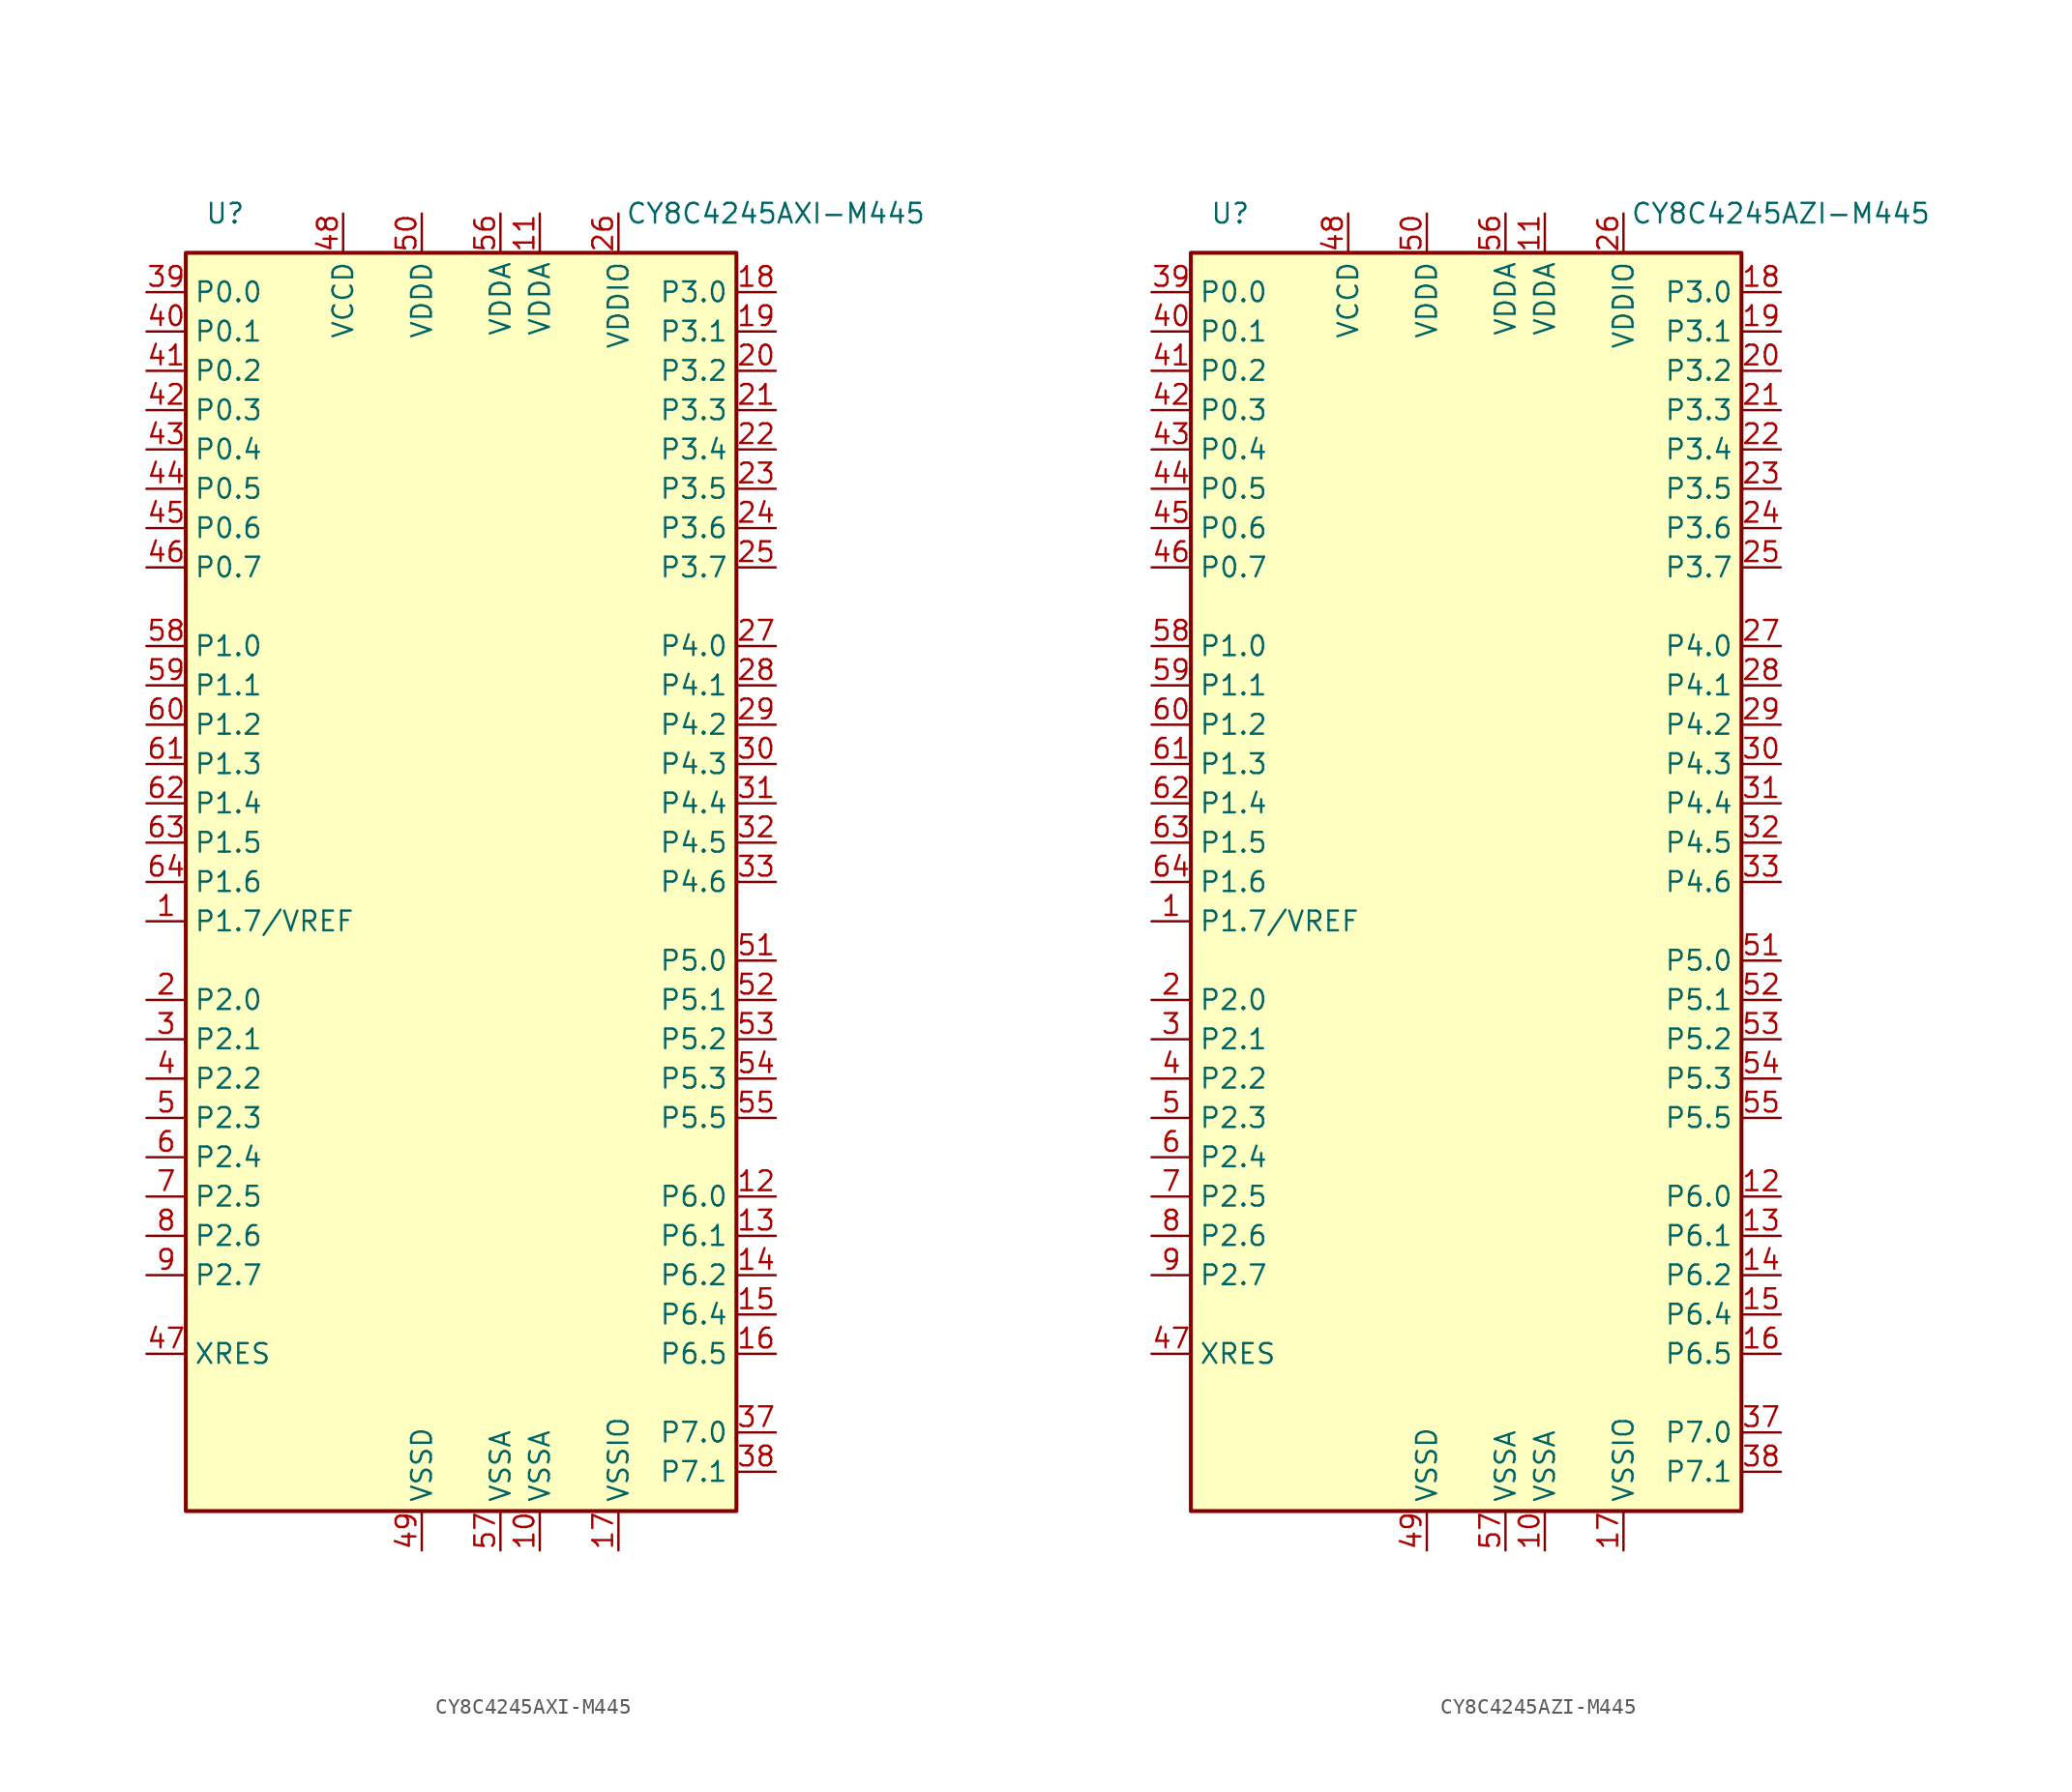
<source format=kicad_sym>
(kicad_symbol_lib
  (version 20201005)
  (generator kicad_symbol_editor)
  (symbol "MCU_Cypress:CY8C4245AXI-M445"
    (property "Reference" "U"
      (at -15.24 43.18 0)
      (effects (font (size 1.27 1.27))))
    (property "Value" "CY8C4245AXI-M445"
      (at 20.32 43.18 0)
      (effects (font (size 1.27 1.27))))
    (symbol "CY8C4245AXI-M445_0_1"
      (rectangle (start -17.78 40.64) (end 17.78 -40.64) (stroke (width 0.254)) (fill (type background))))
    (symbol "CY8C4245AXI-M445_1_1"
      (pin bidirectional line (at -20.32 -2.54 0) (length 2.54) (name "P1.7/VREF" (effects (font (size 1.27 1.27)))) (number "1" (effects (font (size 1.27 1.27)))))
      (pin power_in line (at 5.08 -43.18 90) (length 2.54) (name "VSSA" (effects (font (size 1.27 1.27)))) (number "10" (effects (font (size 1.27 1.27)))))
      (pin power_in line (at 5.08 43.18 270) (length 2.54) (name "VDDA" (effects (font (size 1.27 1.27)))) (number "11" (effects (font (size 1.27 1.27)))))
      (pin bidirectional line (at 20.32 -20.32 180) (length 2.54) (name "P6.0" (effects (font (size 1.27 1.27)))) (number "12" (effects (font (size 1.27 1.27)))))
      (pin bidirectional line (at 20.32 -22.86 180) (length 2.54) (name "P6.1" (effects (font (size 1.27 1.27)))) (number "13" (effects (font (size 1.27 1.27)))))
      (pin bidirectional line (at 20.32 -25.4 180) (length 2.54) (name "P6.2" (effects (font (size 1.27 1.27)))) (number "14" (effects (font (size 1.27 1.27)))))
      (pin bidirectional line (at 20.32 -27.94 180) (length 2.54) (name "P6.4" (effects (font (size 1.27 1.27)))) (number "15" (effects (font (size 1.27 1.27)))))
      (pin bidirectional line (at 20.32 -30.48 180) (length 2.54) (name "P6.5" (effects (font (size 1.27 1.27)))) (number "16" (effects (font (size 1.27 1.27)))))
      (pin power_in line (at 10.16 -43.18 90) (length 2.54) (name "VSSIO" (effects (font (size 1.27 1.27)))) (number "17" (effects (font (size 1.27 1.27)))))
      (pin bidirectional line (at 20.32 38.1 180) (length 2.54) (name "P3.0" (effects (font (size 1.27 1.27)))) (number "18" (effects (font (size 1.27 1.27)))))
      (pin bidirectional line (at 20.32 35.56 180) (length 2.54) (name "P3.1" (effects (font (size 1.27 1.27)))) (number "19" (effects (font (size 1.27 1.27)))))
      (pin bidirectional line (at -20.32 -7.62 0) (length 2.54) (name "P2.0" (effects (font (size 1.27 1.27)))) (number "2" (effects (font (size 1.27 1.27)))))
      (pin bidirectional line (at 20.32 33.02 180) (length 2.54) (name "P3.2" (effects (font (size 1.27 1.27)))) (number "20" (effects (font (size 1.27 1.27)))))
      (pin bidirectional line (at 20.32 30.48 180) (length 2.54) (name "P3.3" (effects (font (size 1.27 1.27)))) (number "21" (effects (font (size 1.27 1.27)))))
      (pin bidirectional line (at 20.32 27.94 180) (length 2.54) (name "P3.4" (effects (font (size 1.27 1.27)))) (number "22" (effects (font (size 1.27 1.27)))))
      (pin bidirectional line (at 20.32 25.4 180) (length 2.54) (name "P3.5" (effects (font (size 1.27 1.27)))) (number "23" (effects (font (size 1.27 1.27)))))
      (pin bidirectional line (at 20.32 22.86 180) (length 2.54) (name "P3.6" (effects (font (size 1.27 1.27)))) (number "24" (effects (font (size 1.27 1.27)))))
      (pin bidirectional line (at 20.32 20.32 180) (length 2.54) (name "P3.7" (effects (font (size 1.27 1.27)))) (number "25" (effects (font (size 1.27 1.27)))))
      (pin power_in line (at 10.16 43.18 270) (length 2.54) (name "VDDIO" (effects (font (size 1.27 1.27)))) (number "26" (effects (font (size 1.27 1.27)))))
      (pin bidirectional line (at 20.32 15.24 180) (length 2.54) (name "P4.0" (effects (font (size 1.27 1.27)))) (number "27" (effects (font (size 1.27 1.27)))))
      (pin bidirectional line (at 20.32 12.7 180) (length 2.54) (name "P4.1" (effects (font (size 1.27 1.27)))) (number "28" (effects (font (size 1.27 1.27)))))
      (pin bidirectional line (at 20.32 10.16 180) (length 2.54) (name "P4.2" (effects (font (size 1.27 1.27)))) (number "29" (effects (font (size 1.27 1.27)))))
      (pin bidirectional line (at -20.32 -10.16 0) (length 2.54) (name "P2.1" (effects (font (size 1.27 1.27)))) (number "3" (effects (font (size 1.27 1.27)))))
      (pin bidirectional line (at 20.32 7.62 180) (length 2.54) (name "P4.3" (effects (font (size 1.27 1.27)))) (number "30" (effects (font (size 1.27 1.27)))))
      (pin bidirectional line (at 20.32 5.08 180) (length 2.54) (name "P4.4" (effects (font (size 1.27 1.27)))) (number "31" (effects (font (size 1.27 1.27)))))
      (pin bidirectional line (at 20.32 2.54 180) (length 2.54) (name "P4.5" (effects (font (size 1.27 1.27)))) (number "32" (effects (font (size 1.27 1.27)))))
      (pin bidirectional line (at 20.32 0 180) (length 2.54) (name "P4.6" (effects (font (size 1.27 1.27)))) (number "33" (effects (font (size 1.27 1.27)))))
      (pin bidirectional line (at 20.32 -35.56 180) (length 2.54) (name "P7.0" (effects (font (size 1.27 1.27)))) (number "37" (effects (font (size 1.27 1.27)))))
      (pin bidirectional line (at 20.32 -38.1 180) (length 2.54) (name "P7.1" (effects (font (size 1.27 1.27)))) (number "38" (effects (font (size 1.27 1.27)))))
      (pin bidirectional line (at -20.32 38.1 0) (length 2.54) (name "P0.0" (effects (font (size 1.27 1.27)))) (number "39" (effects (font (size 1.27 1.27)))))
      (pin bidirectional line (at -20.32 -12.7 0) (length 2.54) (name "P2.2" (effects (font (size 1.27 1.27)))) (number "4" (effects (font (size 1.27 1.27)))))
      (pin bidirectional line (at -20.32 35.56 0) (length 2.54) (name "P0.1" (effects (font (size 1.27 1.27)))) (number "40" (effects (font (size 1.27 1.27)))))
      (pin bidirectional line (at -20.32 33.02 0) (length 2.54) (name "P0.2" (effects (font (size 1.27 1.27)))) (number "41" (effects (font (size 1.27 1.27)))))
      (pin bidirectional line (at -20.32 30.48 0) (length 2.54) (name "P0.3" (effects (font (size 1.27 1.27)))) (number "42" (effects (font (size 1.27 1.27)))))
      (pin bidirectional line (at -20.32 27.94 0) (length 2.54) (name "P0.4" (effects (font (size 1.27 1.27)))) (number "43" (effects (font (size 1.27 1.27)))))
      (pin bidirectional line (at -20.32 25.4 0) (length 2.54) (name "P0.5" (effects (font (size 1.27 1.27)))) (number "44" (effects (font (size 1.27 1.27)))))
      (pin bidirectional line (at -20.32 22.86 0) (length 2.54) (name "P0.6" (effects (font (size 1.27 1.27)))) (number "45" (effects (font (size 1.27 1.27)))))
      (pin bidirectional line (at -20.32 20.32 0) (length 2.54) (name "P0.7" (effects (font (size 1.27 1.27)))) (number "46" (effects (font (size 1.27 1.27)))))
      (pin input line (at -20.32 -30.48 0) (length 2.54) (name "XRES" (effects (font (size 1.27 1.27)))) (number "47" (effects (font (size 1.27 1.27)))))
      (pin power_out line (at -7.62 43.18 270) (length 2.54) (name "VCCD" (effects (font (size 1.27 1.27)))) (number "48" (effects (font (size 1.27 1.27)))))
      (pin power_in line (at -2.54 -43.18 90) (length 2.54) (name "VSSD" (effects (font (size 1.27 1.27)))) (number "49" (effects (font (size 1.27 1.27)))))
      (pin bidirectional line (at -20.32 -15.24 0) (length 2.54) (name "P2.3" (effects (font (size 1.27 1.27)))) (number "5" (effects (font (size 1.27 1.27)))))
      (pin power_in line (at -2.54 43.18 270) (length 2.54) (name "VDDD" (effects (font (size 1.27 1.27)))) (number "50" (effects (font (size 1.27 1.27)))))
      (pin bidirectional line (at 20.32 -5.08 180) (length 2.54) (name "P5.0" (effects (font (size 1.27 1.27)))) (number "51" (effects (font (size 1.27 1.27)))))
      (pin bidirectional line (at 20.32 -7.62 180) (length 2.54) (name "P5.1" (effects (font (size 1.27 1.27)))) (number "52" (effects (font (size 1.27 1.27)))))
      (pin bidirectional line (at 20.32 -10.16 180) (length 2.54) (name "P5.2" (effects (font (size 1.27 1.27)))) (number "53" (effects (font (size 1.27 1.27)))))
      (pin bidirectional line (at 20.32 -12.7 180) (length 2.54) (name "P5.3" (effects (font (size 1.27 1.27)))) (number "54" (effects (font (size 1.27 1.27)))))
      (pin bidirectional line (at 20.32 -15.24 180) (length 2.54) (name "P5.5" (effects (font (size 1.27 1.27)))) (number "55" (effects (font (size 1.27 1.27)))))
      (pin power_in line (at 2.54 43.18 270) (length 2.54) (name "VDDA" (effects (font (size 1.27 1.27)))) (number "56" (effects (font (size 1.27 1.27)))))
      (pin power_in line (at 2.54 -43.18 90) (length 2.54) (name "VSSA" (effects (font (size 1.27 1.27)))) (number "57" (effects (font (size 1.27 1.27)))))
      (pin bidirectional line (at -20.32 15.24 0) (length 2.54) (name "P1.0" (effects (font (size 1.27 1.27)))) (number "58" (effects (font (size 1.27 1.27)))))
      (pin bidirectional line (at -20.32 12.7 0) (length 2.54) (name "P1.1" (effects (font (size 1.27 1.27)))) (number "59" (effects (font (size 1.27 1.27)))))
      (pin bidirectional line (at -20.32 -17.78 0) (length 2.54) (name "P2.4" (effects (font (size 1.27 1.27)))) (number "6" (effects (font (size 1.27 1.27)))))
      (pin bidirectional line (at -20.32 10.16 0) (length 2.54) (name "P1.2" (effects (font (size 1.27 1.27)))) (number "60" (effects (font (size 1.27 1.27)))))
      (pin bidirectional line (at -20.32 7.62 0) (length 2.54) (name "P1.3" (effects (font (size 1.27 1.27)))) (number "61" (effects (font (size 1.27 1.27)))))
      (pin bidirectional line (at -20.32 5.08 0) (length 2.54) (name "P1.4" (effects (font (size 1.27 1.27)))) (number "62" (effects (font (size 1.27 1.27)))))
      (pin bidirectional line (at -20.32 2.54 0) (length 2.54) (name "P1.5" (effects (font (size 1.27 1.27)))) (number "63" (effects (font (size 1.27 1.27)))))
      (pin bidirectional line (at -20.32 0 0) (length 2.54) (name "P1.6" (effects (font (size 1.27 1.27)))) (number "64" (effects (font (size 1.27 1.27)))))
      (pin bidirectional line (at -20.32 -20.32 0) (length 2.54) (name "P2.5" (effects (font (size 1.27 1.27)))) (number "7" (effects (font (size 1.27 1.27)))))
      (pin bidirectional line (at -20.32 -22.86 0) (length 2.54) (name "P2.6" (effects (font (size 1.27 1.27)))) (number "8" (effects (font (size 1.27 1.27)))))
      (pin bidirectional line (at -20.32 -25.4 0) (length 2.54) (name "P2.7" (effects (font (size 1.27 1.27)))) (number "9" (effects (font (size 1.27 1.27)))))))
  (symbol "MCU_Cypress:CY8C4245AZI-M445"
    (property "Reference" "U"
      (at -15.24 43.18 0)
      (effects (font (size 1.27 1.27))))
    (property "Value" "CY8C4245AZI-M445"
      (at 20.32 43.18 0)
      (effects (font (size 1.27 1.27))))
    (symbol "CY8C4245AZI-M445_0_1"
      (rectangle (start -17.78 40.64) (end 17.78 -40.64) (stroke (width 0.254)) (fill (type background))))
    (symbol "CY8C4245AZI-M445_1_1"
      (pin bidirectional line (at -20.32 -2.54 0) (length 2.54) (name "P1.7/VREF" (effects (font (size 1.27 1.27)))) (number "1" (effects (font (size 1.27 1.27)))))
      (pin power_in line (at 5.08 -43.18 90) (length 2.54) (name "VSSA" (effects (font (size 1.27 1.27)))) (number "10" (effects (font (size 1.27 1.27)))))
      (pin power_in line (at 5.08 43.18 270) (length 2.54) (name "VDDA" (effects (font (size 1.27 1.27)))) (number "11" (effects (font (size 1.27 1.27)))))
      (pin bidirectional line (at 20.32 -20.32 180) (length 2.54) (name "P6.0" (effects (font (size 1.27 1.27)))) (number "12" (effects (font (size 1.27 1.27)))))
      (pin bidirectional line (at 20.32 -22.86 180) (length 2.54) (name "P6.1" (effects (font (size 1.27 1.27)))) (number "13" (effects (font (size 1.27 1.27)))))
      (pin bidirectional line (at 20.32 -25.4 180) (length 2.54) (name "P6.2" (effects (font (size 1.27 1.27)))) (number "14" (effects (font (size 1.27 1.27)))))
      (pin bidirectional line (at 20.32 -27.94 180) (length 2.54) (name "P6.4" (effects (font (size 1.27 1.27)))) (number "15" (effects (font (size 1.27 1.27)))))
      (pin bidirectional line (at 20.32 -30.48 180) (length 2.54) (name "P6.5" (effects (font (size 1.27 1.27)))) (number "16" (effects (font (size 1.27 1.27)))))
      (pin power_in line (at 10.16 -43.18 90) (length 2.54) (name "VSSIO" (effects (font (size 1.27 1.27)))) (number "17" (effects (font (size 1.27 1.27)))))
      (pin bidirectional line (at 20.32 38.1 180) (length 2.54) (name "P3.0" (effects (font (size 1.27 1.27)))) (number "18" (effects (font (size 1.27 1.27)))))
      (pin bidirectional line (at 20.32 35.56 180) (length 2.54) (name "P3.1" (effects (font (size 1.27 1.27)))) (number "19" (effects (font (size 1.27 1.27)))))
      (pin bidirectional line (at -20.32 -7.62 0) (length 2.54) (name "P2.0" (effects (font (size 1.27 1.27)))) (number "2" (effects (font (size 1.27 1.27)))))
      (pin bidirectional line (at 20.32 33.02 180) (length 2.54) (name "P3.2" (effects (font (size 1.27 1.27)))) (number "20" (effects (font (size 1.27 1.27)))))
      (pin bidirectional line (at 20.32 30.48 180) (length 2.54) (name "P3.3" (effects (font (size 1.27 1.27)))) (number "21" (effects (font (size 1.27 1.27)))))
      (pin bidirectional line (at 20.32 27.94 180) (length 2.54) (name "P3.4" (effects (font (size 1.27 1.27)))) (number "22" (effects (font (size 1.27 1.27)))))
      (pin bidirectional line (at 20.32 25.4 180) (length 2.54) (name "P3.5" (effects (font (size 1.27 1.27)))) (number "23" (effects (font (size 1.27 1.27)))))
      (pin bidirectional line (at 20.32 22.86 180) (length 2.54) (name "P3.6" (effects (font (size 1.27 1.27)))) (number "24" (effects (font (size 1.27 1.27)))))
      (pin bidirectional line (at 20.32 20.32 180) (length 2.54) (name "P3.7" (effects (font (size 1.27 1.27)))) (number "25" (effects (font (size 1.27 1.27)))))
      (pin power_in line (at 10.16 43.18 270) (length 2.54) (name "VDDIO" (effects (font (size 1.27 1.27)))) (number "26" (effects (font (size 1.27 1.27)))))
      (pin bidirectional line (at 20.32 15.24 180) (length 2.54) (name "P4.0" (effects (font (size 1.27 1.27)))) (number "27" (effects (font (size 1.27 1.27)))))
      (pin bidirectional line (at 20.32 12.7 180) (length 2.54) (name "P4.1" (effects (font (size 1.27 1.27)))) (number "28" (effects (font (size 1.27 1.27)))))
      (pin bidirectional line (at 20.32 10.16 180) (length 2.54) (name "P4.2" (effects (font (size 1.27 1.27)))) (number "29" (effects (font (size 1.27 1.27)))))
      (pin bidirectional line (at -20.32 -10.16 0) (length 2.54) (name "P2.1" (effects (font (size 1.27 1.27)))) (number "3" (effects (font (size 1.27 1.27)))))
      (pin bidirectional line (at 20.32 7.62 180) (length 2.54) (name "P4.3" (effects (font (size 1.27 1.27)))) (number "30" (effects (font (size 1.27 1.27)))))
      (pin bidirectional line (at 20.32 5.08 180) (length 2.54) (name "P4.4" (effects (font (size 1.27 1.27)))) (number "31" (effects (font (size 1.27 1.27)))))
      (pin bidirectional line (at 20.32 2.54 180) (length 2.54) (name "P4.5" (effects (font (size 1.27 1.27)))) (number "32" (effects (font (size 1.27 1.27)))))
      (pin bidirectional line (at 20.32 0 180) (length 2.54) (name "P4.6" (effects (font (size 1.27 1.27)))) (number "33" (effects (font (size 1.27 1.27)))))
      (pin bidirectional line (at 20.32 -35.56 180) (length 2.54) (name "P7.0" (effects (font (size 1.27 1.27)))) (number "37" (effects (font (size 1.27 1.27)))))
      (pin bidirectional line (at 20.32 -38.1 180) (length 2.54) (name "P7.1" (effects (font (size 1.27 1.27)))) (number "38" (effects (font (size 1.27 1.27)))))
      (pin bidirectional line (at -20.32 38.1 0) (length 2.54) (name "P0.0" (effects (font (size 1.27 1.27)))) (number "39" (effects (font (size 1.27 1.27)))))
      (pin bidirectional line (at -20.32 -12.7 0) (length 2.54) (name "P2.2" (effects (font (size 1.27 1.27)))) (number "4" (effects (font (size 1.27 1.27)))))
      (pin bidirectional line (at -20.32 35.56 0) (length 2.54) (name "P0.1" (effects (font (size 1.27 1.27)))) (number "40" (effects (font (size 1.27 1.27)))))
      (pin bidirectional line (at -20.32 33.02 0) (length 2.54) (name "P0.2" (effects (font (size 1.27 1.27)))) (number "41" (effects (font (size 1.27 1.27)))))
      (pin bidirectional line (at -20.32 30.48 0) (length 2.54) (name "P0.3" (effects (font (size 1.27 1.27)))) (number "42" (effects (font (size 1.27 1.27)))))
      (pin bidirectional line (at -20.32 27.94 0) (length 2.54) (name "P0.4" (effects (font (size 1.27 1.27)))) (number "43" (effects (font (size 1.27 1.27)))))
      (pin bidirectional line (at -20.32 25.4 0) (length 2.54) (name "P0.5" (effects (font (size 1.27 1.27)))) (number "44" (effects (font (size 1.27 1.27)))))
      (pin bidirectional line (at -20.32 22.86 0) (length 2.54) (name "P0.6" (effects (font (size 1.27 1.27)))) (number "45" (effects (font (size 1.27 1.27)))))
      (pin bidirectional line (at -20.32 20.32 0) (length 2.54) (name "P0.7" (effects (font (size 1.27 1.27)))) (number "46" (effects (font (size 1.27 1.27)))))
      (pin input line (at -20.32 -30.48 0) (length 2.54) (name "XRES" (effects (font (size 1.27 1.27)))) (number "47" (effects (font (size 1.27 1.27)))))
      (pin power_out line (at -7.62 43.18 270) (length 2.54) (name "VCCD" (effects (font (size 1.27 1.27)))) (number "48" (effects (font (size 1.27 1.27)))))
      (pin power_in line (at -2.54 -43.18 90) (length 2.54) (name "VSSD" (effects (font (size 1.27 1.27)))) (number "49" (effects (font (size 1.27 1.27)))))
      (pin bidirectional line (at -20.32 -15.24 0) (length 2.54) (name "P2.3" (effects (font (size 1.27 1.27)))) (number "5" (effects (font (size 1.27 1.27)))))
      (pin power_in line (at -2.54 43.18 270) (length 2.54) (name "VDDD" (effects (font (size 1.27 1.27)))) (number "50" (effects (font (size 1.27 1.27)))))
      (pin bidirectional line (at 20.32 -5.08 180) (length 2.54) (name "P5.0" (effects (font (size 1.27 1.27)))) (number "51" (effects (font (size 1.27 1.27)))))
      (pin bidirectional line (at 20.32 -7.62 180) (length 2.54) (name "P5.1" (effects (font (size 1.27 1.27)))) (number "52" (effects (font (size 1.27 1.27)))))
      (pin bidirectional line (at 20.32 -10.16 180) (length 2.54) (name "P5.2" (effects (font (size 1.27 1.27)))) (number "53" (effects (font (size 1.27 1.27)))))
      (pin bidirectional line (at 20.32 -12.7 180) (length 2.54) (name "P5.3" (effects (font (size 1.27 1.27)))) (number "54" (effects (font (size 1.27 1.27)))))
      (pin bidirectional line (at 20.32 -15.24 180) (length 2.54) (name "P5.5" (effects (font (size 1.27 1.27)))) (number "55" (effects (font (size 1.27 1.27)))))
      (pin power_in line (at 2.54 43.18 270) (length 2.54) (name "VDDA" (effects (font (size 1.27 1.27)))) (number "56" (effects (font (size 1.27 1.27)))))
      (pin power_in line (at 2.54 -43.18 90) (length 2.54) (name "VSSA" (effects (font (size 1.27 1.27)))) (number "57" (effects (font (size 1.27 1.27)))))
      (pin bidirectional line (at -20.32 15.24 0) (length 2.54) (name "P1.0" (effects (font (size 1.27 1.27)))) (number "58" (effects (font (size 1.27 1.27)))))
      (pin bidirectional line (at -20.32 12.7 0) (length 2.54) (name "P1.1" (effects (font (size 1.27 1.27)))) (number "59" (effects (font (size 1.27 1.27)))))
      (pin bidirectional line (at -20.32 -17.78 0) (length 2.54) (name "P2.4" (effects (font (size 1.27 1.27)))) (number "6" (effects (font (size 1.27 1.27)))))
      (pin bidirectional line (at -20.32 10.16 0) (length 2.54) (name "P1.2" (effects (font (size 1.27 1.27)))) (number "60" (effects (font (size 1.27 1.27)))))
      (pin bidirectional line (at -20.32 7.62 0) (length 2.54) (name "P1.3" (effects (font (size 1.27 1.27)))) (number "61" (effects (font (size 1.27 1.27)))))
      (pin bidirectional line (at -20.32 5.08 0) (length 2.54) (name "P1.4" (effects (font (size 1.27 1.27)))) (number "62" (effects (font (size 1.27 1.27)))))
      (pin bidirectional line (at -20.32 2.54 0) (length 2.54) (name "P1.5" (effects (font (size 1.27 1.27)))) (number "63" (effects (font (size 1.27 1.27)))))
      (pin bidirectional line (at -20.32 0 0) (length 2.54) (name "P1.6" (effects (font (size 1.27 1.27)))) (number "64" (effects (font (size 1.27 1.27)))))
      (pin bidirectional line (at -20.32 -20.32 0) (length 2.54) (name "P2.5" (effects (font (size 1.27 1.27)))) (number "7" (effects (font (size 1.27 1.27)))))
      (pin bidirectional line (at -20.32 -22.86 0) (length 2.54) (name "P2.6" (effects (font (size 1.27 1.27)))) (number "8" (effects (font (size 1.27 1.27)))))
      (pin bidirectional line (at -20.32 -25.4 0) (length 2.54) (name "P2.7" (effects (font (size 1.27 1.27)))) (number "9" (effects (font (size 1.27 1.27))))))))
</source>
